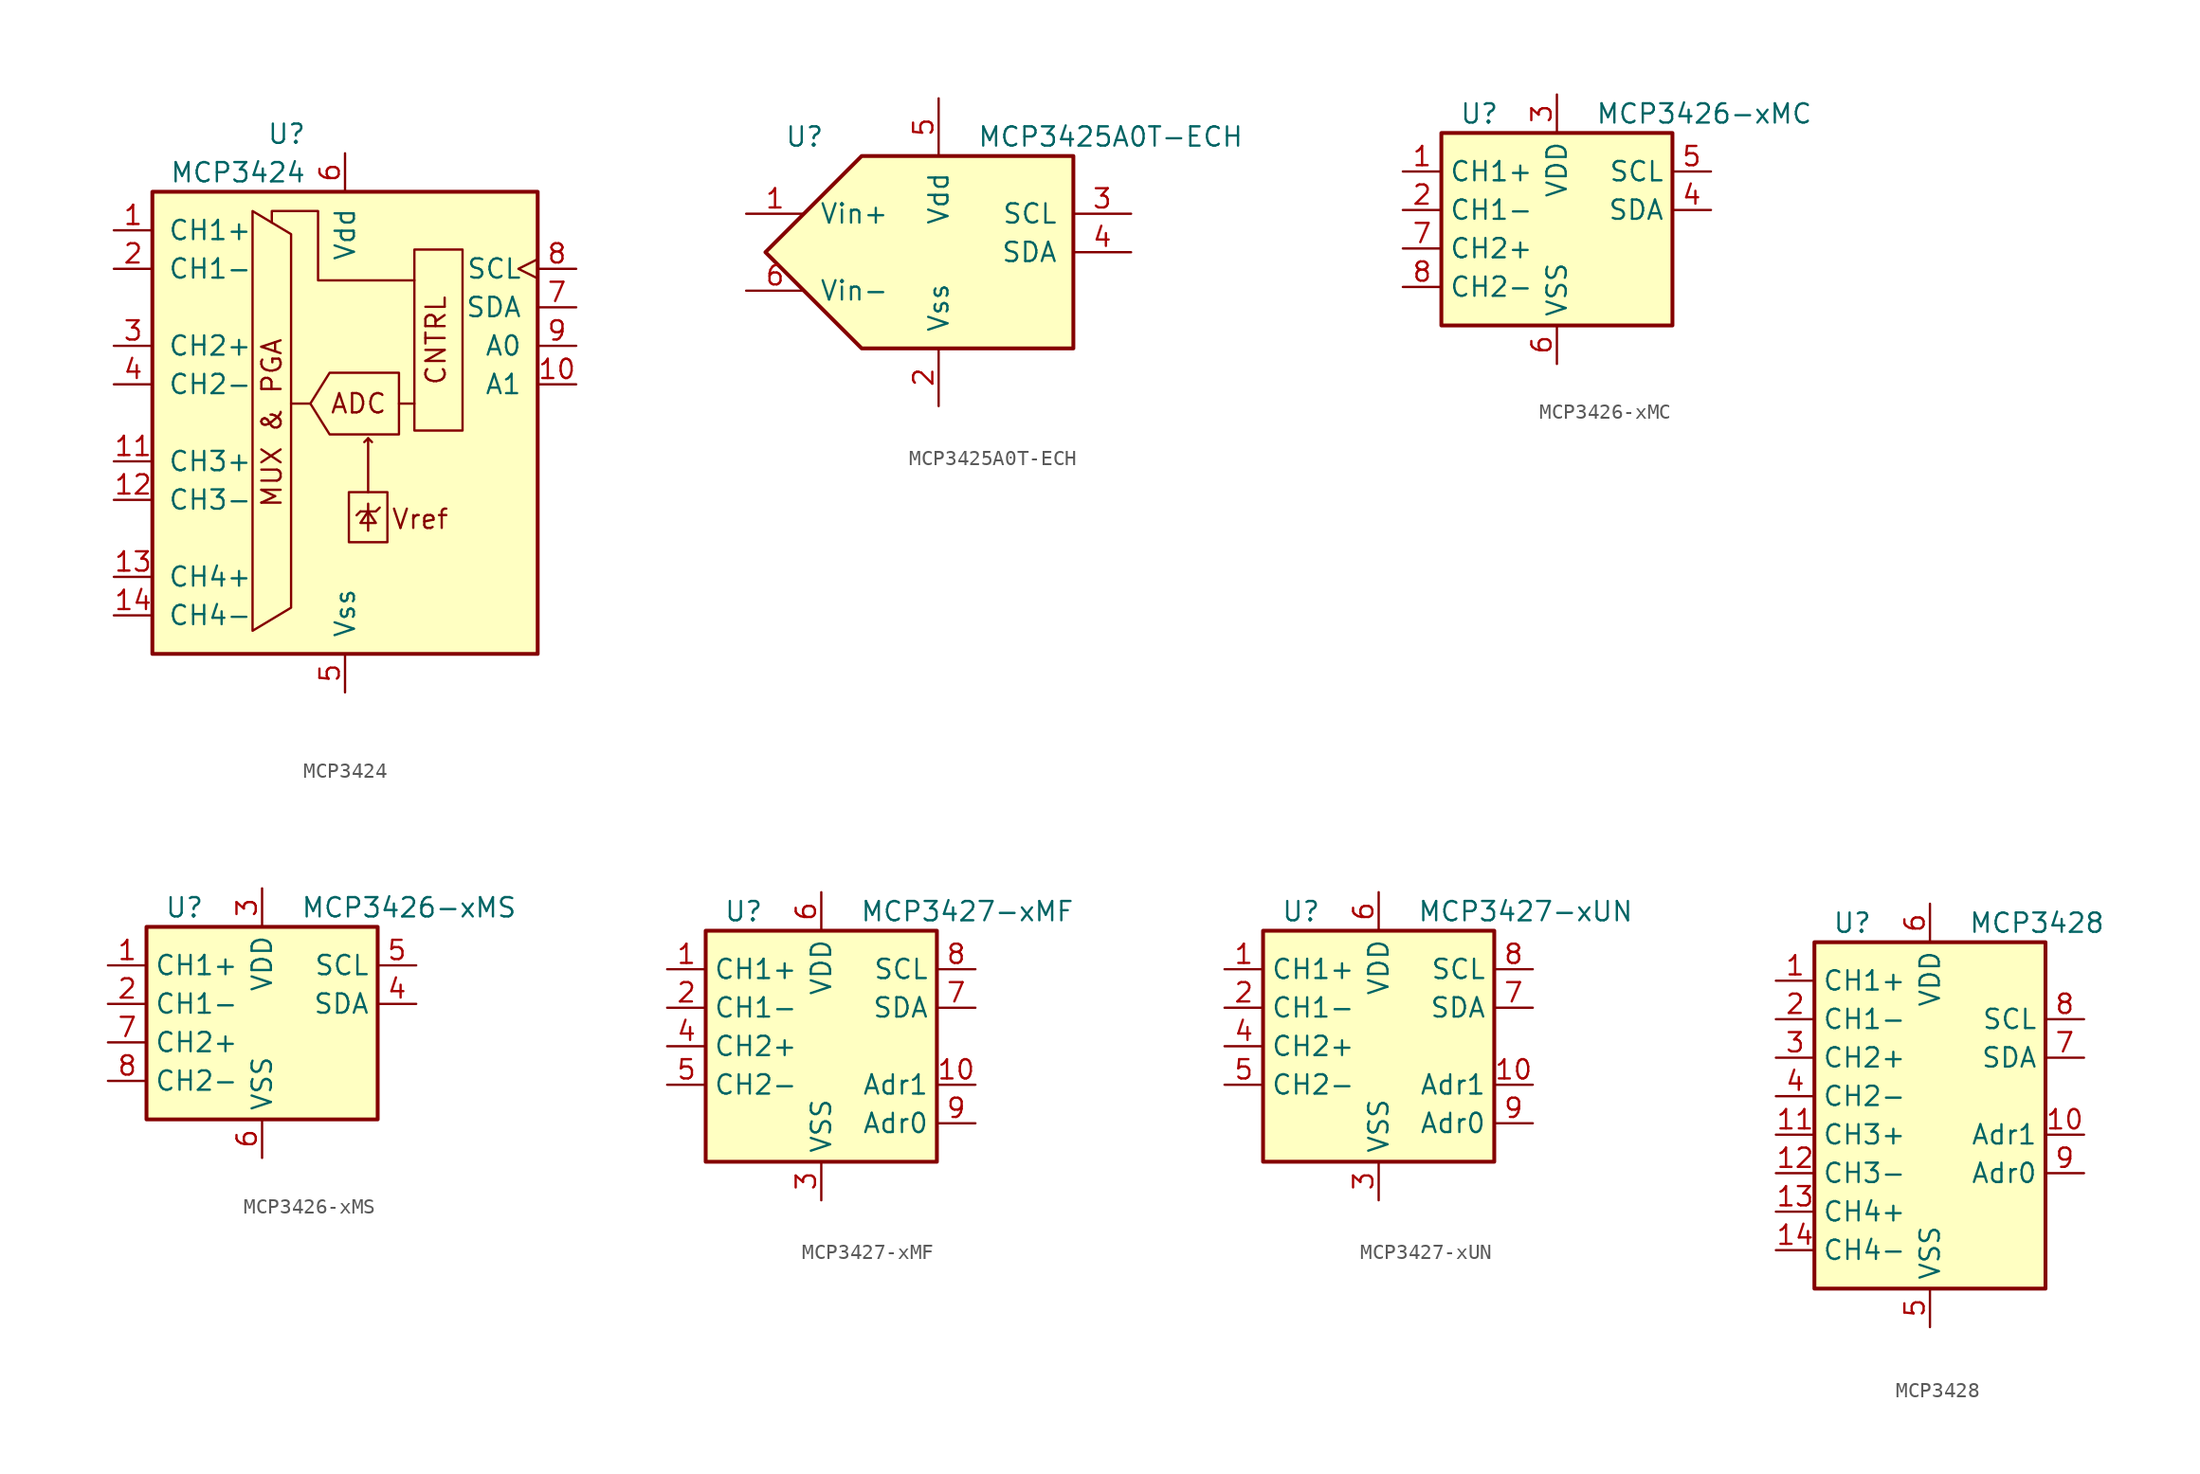
<source format=kicad_sym>
(kicad_symbol_lib
  (version 20201005)
  (generator kicad_symbol_editor)
  (symbol "MCP3424"
    (pin_names
      (offset 1.016))
    (property "Reference" "U"
      (at -2.54 11.43 0)
      (effects (font (size 1.27 1.27)) (justify right)))
    (property "Value" "MCP3424"
      (at -2.54 8.89 0)
      (effects (font (size 1.27 1.27)) (justify right)))
    (symbol "MCP3424_0_0"
      (text "ADC" (at 0.889 -6.35 0) (effects (font (size 1.27 1.27))))
      (text "CNTRL" (at 6.731 -5.207 900) (effects (font (size 1.27 1.27)) (justify left bottom)))
      (text "MUX & PGA" (at -4.826 -7.62 900) (effects (font (size 1.27 1.27))))
      (text "Vref" (at 4.953 -13.97 0) (effects (font (size 1.27 1.27))))
      (polyline (pts (xy -6.096 6.35) (xy -3.556 4.826) (xy -3.556 -19.812) (xy -6.096 -21.336) (xy -6.096 6.35)) (stroke (width 0)) (fill (type none)))
      (polyline (pts (xy 4.572 1.778) (xy -1.778 1.778) (xy -1.778 6.35) (xy -4.826 6.35) (xy -4.826 5.588)) (stroke (width 0)) (fill (type none)))
      (polyline (pts (xy 3.556 -4.318) (xy 3.556 -8.382) (xy -1.016 -8.382) (xy -2.286 -6.35) (xy -1.016 -4.318) (xy 3.556 -4.318)) (stroke (width 0)) (fill (type none))))
    (symbol "MCP3424_0_1"
      (rectangle (start 0.254 -12.192) (end 2.794 -15.494) (stroke (width 0)) (fill (type none)))
      (rectangle (start 4.572 -8.128) (end 7.747 3.81) (stroke (width 0)) (fill (type none)))
      (rectangle (start 12.7 7.62) (end -12.7 -22.86) (stroke (width 0.254)) (fill (type background)))
      (polyline (pts (xy -3.556 -6.35) (xy -2.286 -6.35)) (stroke (width 0)) (fill (type none)))
      (polyline (pts (xy 1.016 -13.462) (xy 0.762 -13.716)) (stroke (width 0)) (fill (type none)))
      (polyline (pts (xy 1.524 -12.954) (xy 1.524 -14.732)) (stroke (width 0)) (fill (type none)))
      (polyline (pts (xy 1.524 -8.636) (xy 1.778 -8.89)) (stroke (width 0)) (fill (type none)))
      (polyline (pts (xy 3.556 -6.35) (xy 4.572 -6.35)) (stroke (width 0)) (fill (type none)))
      (polyline (pts (xy 1.016 -13.462) (xy 2.032 -13.462) (xy 2.286 -13.208)) (stroke (width 0)) (fill (type none)))
      (polyline (pts (xy 1.524 -12.192) (xy 1.524 -8.636) (xy 1.27 -8.89)) (stroke (width 0)) (fill (type none)))
      (polyline (pts (xy 1.524 -13.462) (xy 1.016 -14.224) (xy 2.032 -14.224) (xy 1.524 -13.462)) (stroke (width 0)) (fill (type none))))
    (symbol "MCP3424_1_1"
      (pin input line (at -15.24 5.08 0) (length 2.54) (name "CH1+" (effects (font (size 1.27 1.27)))) (number "1" (effects (font (size 1.27 1.27)))))
      (pin input line (at 15.24 -5.08 180) (length 2.54) (name "A1" (effects (font (size 1.27 1.27)))) (number "10" (effects (font (size 1.27 1.27)))))
      (pin input line (at -15.24 -10.16 0) (length 2.54) (name "CH3+" (effects (font (size 1.27 1.27)))) (number "11" (effects (font (size 1.27 1.27)))))
      (pin input line (at -15.24 -12.7 0) (length 2.54) (name "CH3-" (effects (font (size 1.27 1.27)))) (number "12" (effects (font (size 1.27 1.27)))))
      (pin input line (at -15.24 -17.78 0) (length 2.54) (name "CH4+" (effects (font (size 1.27 1.27)))) (number "13" (effects (font (size 1.27 1.27)))))
      (pin input line (at -15.24 -20.32 0) (length 2.54) (name "CH4-" (effects (font (size 1.27 1.27)))) (number "14" (effects (font (size 1.27 1.27)))))
      (pin input line (at -15.24 2.54 0) (length 2.54) (name "CH1-" (effects (font (size 1.27 1.27)))) (number "2" (effects (font (size 1.27 1.27)))))
      (pin input line (at -15.24 -2.54 0) (length 2.54) (name "CH2+" (effects (font (size 1.27 1.27)))) (number "3" (effects (font (size 1.27 1.27)))))
      (pin input line (at -15.24 -5.08 0) (length 2.54) (name "CH2-" (effects (font (size 1.27 1.27)))) (number "4" (effects (font (size 1.27 1.27)))))
      (pin power_in line (at 0 -25.4 90) (length 2.54) (name "Vss" (effects (font (size 1.27 1.27)))) (number "5" (effects (font (size 1.27 1.27)))))
      (pin power_in line (at 0 10.16 270) (length 2.54) (name "Vdd" (effects (font (size 1.27 1.27)))) (number "6" (effects (font (size 1.27 1.27)))))
      (pin bidirectional line (at 15.24 0 180) (length 2.54) (name "SDA" (effects (font (size 1.27 1.27)))) (number "7" (effects (font (size 1.27 1.27)))))
      (pin input clock (at 15.24 2.54 180) (length 2.54) (name "SCL" (effects (font (size 1.27 1.27)))) (number "8" (effects (font (size 1.27 1.27)))))
      (pin input line (at 15.24 -2.54 180) (length 2.54) (name "A0" (effects (font (size 1.27 1.27)))) (number "9" (effects (font (size 1.27 1.27)))))))
  (symbol "MCP3425A0T-ECH"
    (pin_names
      (offset 1.016))
    (property "Reference" "U"
      (at -10.16 7.62 0)
      (effects (font (size 1.27 1.27)) (justify left)))
    (property "Value" "MCP3425A0T-ECH"
      (at 2.54 7.62 0)
      (effects (font (size 1.27 1.27)) (justify left)))
    (symbol "MCP3425A0T-ECH_0_1"
      (polyline (pts (xy -5.08 6.35) (xy 8.89 6.35) (xy 8.89 0) (xy 8.89 -6.35) (xy -5.08 -6.35) (xy -11.43 0) (xy -5.08 6.35)) (stroke (width 0.254)) (fill (type background))))
    (symbol "MCP3425A0T-ECH_1_1"
      (pin passive line (at -12.7 2.54 0) (length 3.81) (name "Vin+" (effects (font (size 1.27 1.27)))) (number "1" (effects (font (size 1.27 1.27)))))
      (pin power_in line (at 0 -10.16 90) (length 3.81) (name "Vss" (effects (font (size 1.27 1.27)))) (number "2" (effects (font (size 1.27 1.27)))))
      (pin input line (at 12.7 2.54 180) (length 3.81) (name "SCL" (effects (font (size 1.27 1.27)))) (number "3" (effects (font (size 1.27 1.27)))))
      (pin bidirectional line (at 12.7 0 180) (length 3.81) (name "SDA" (effects (font (size 1.27 1.27)))) (number "4" (effects (font (size 1.27 1.27)))))
      (pin power_in line (at 0 10.16 270) (length 3.81) (name "Vdd" (effects (font (size 1.27 1.27)))) (number "5" (effects (font (size 1.27 1.27)))))
      (pin passive line (at -12.7 -2.54 0) (length 3.81) (name "Vin-" (effects (font (size 1.27 1.27)))) (number "6" (effects (font (size 1.27 1.27)))))))
  (symbol "MCP3426-xMC"
    (property "Reference" "U"
      (at -3.81 8.89 0)
      (effects (font (size 1.27 1.27)) (justify right)))
    (property "Value" "MCP3426-xMC"
      (at 2.54 8.89 0)
      (effects (font (size 1.27 1.27)) (justify left)))
    (symbol "MCP3426-xMC_0_1"
      (rectangle (start -7.62 7.62) (end 7.62 -5.08) (stroke (width 0.254)) (fill (type background))))
    (symbol "MCP3426-xMC_1_1"
      (pin input line (at -10.16 5.08 0) (length 2.54) (name "CH1+" (effects (font (size 1.27 1.27)))) (number "1" (effects (font (size 1.27 1.27)))))
      (pin input line (at -10.16 2.54 0) (length 2.54) (name "CH1-" (effects (font (size 1.27 1.27)))) (number "2" (effects (font (size 1.27 1.27)))))
      (pin power_in line (at 0 10.16 270) (length 2.54) (name "VDD" (effects (font (size 1.27 1.27)))) (number "3" (effects (font (size 1.27 1.27)))))
      (pin bidirectional line (at 10.16 2.54 180) (length 2.54) (name "SDA" (effects (font (size 1.27 1.27)))) (number "4" (effects (font (size 1.27 1.27)))))
      (pin input line (at 10.16 5.08 180) (length 2.54) (name "SCL" (effects (font (size 1.27 1.27)))) (number "5" (effects (font (size 1.27 1.27)))))
      (pin power_in line (at 0 -7.62 90) (length 2.54) (name "VSS" (effects (font (size 1.27 1.27)))) (number "6" (effects (font (size 1.27 1.27)))))
      (pin input line (at -10.16 0 0) (length 2.54) (name "CH2+" (effects (font (size 1.27 1.27)))) (number "7" (effects (font (size 1.27 1.27)))))
      (pin input line (at -10.16 -2.54 0) (length 2.54) (name "CH2-" (effects (font (size 1.27 1.27)))) (number "8" (effects (font (size 1.27 1.27)))))
      (pin passive line (at 0 -7.62 90) (length 2.54) hide (name "VSS" (effects (font (size 1.27 1.27)))) (number "9" (effects (font (size 1.27 1.27)))))))
  (symbol "MCP3426-xMS"
    (property "Reference" "U"
      (at -3.81 8.89 0)
      (effects (font (size 1.27 1.27)) (justify right)))
    (property "Value" "MCP3426-xMS"
      (at 2.54 8.89 0)
      (effects (font (size 1.27 1.27)) (justify left)))
    (symbol "MCP3426-xMS_0_1"
      (rectangle (start -7.62 7.62) (end 7.62 -5.08) (stroke (width 0.254)) (fill (type background))))
    (symbol "MCP3426-xMS_1_1"
      (pin input line (at -10.16 5.08 0) (length 2.54) (name "CH1+" (effects (font (size 1.27 1.27)))) (number "1" (effects (font (size 1.27 1.27)))))
      (pin input line (at -10.16 2.54 0) (length 2.54) (name "CH1-" (effects (font (size 1.27 1.27)))) (number "2" (effects (font (size 1.27 1.27)))))
      (pin power_in line (at 0 10.16 270) (length 2.54) (name "VDD" (effects (font (size 1.27 1.27)))) (number "3" (effects (font (size 1.27 1.27)))))
      (pin bidirectional line (at 10.16 2.54 180) (length 2.54) (name "SDA" (effects (font (size 1.27 1.27)))) (number "4" (effects (font (size 1.27 1.27)))))
      (pin input line (at 10.16 5.08 180) (length 2.54) (name "SCL" (effects (font (size 1.27 1.27)))) (number "5" (effects (font (size 1.27 1.27)))))
      (pin power_in line (at 0 -7.62 90) (length 2.54) (name "VSS" (effects (font (size 1.27 1.27)))) (number "6" (effects (font (size 1.27 1.27)))))
      (pin input line (at -10.16 0 0) (length 2.54) (name "CH2+" (effects (font (size 1.27 1.27)))) (number "7" (effects (font (size 1.27 1.27)))))
      (pin input line (at -10.16 -2.54 0) (length 2.54) (name "CH2-" (effects (font (size 1.27 1.27)))) (number "8" (effects (font (size 1.27 1.27)))))))
  (symbol "MCP3427-xMF"
    (property "Reference" "U"
      (at -3.81 8.89 0)
      (effects (font (size 1.27 1.27)) (justify right)))
    (property "Value" "MCP3427-xMF"
      (at 2.54 8.89 0)
      (effects (font (size 1.27 1.27)) (justify left)))
    (symbol "MCP3427-xMF_0_1"
      (rectangle (start -7.62 7.62) (end 7.62 -7.62) (stroke (width 0.254)) (fill (type background))))
    (symbol "MCP3427-xMF_1_1"
      (pin input line (at -10.16 5.08 0) (length 2.54) (name "CH1+" (effects (font (size 1.27 1.27)))) (number "1" (effects (font (size 1.27 1.27)))))
      (pin input line (at 10.16 -2.54 180) (length 2.54) (name "Adr1" (effects (font (size 1.27 1.27)))) (number "10" (effects (font (size 1.27 1.27)))))
      (pin passive line (at 0 -10.16 90) (length 2.54) hide (name "VSS" (effects (font (size 1.27 1.27)))) (number "11" (effects (font (size 1.27 1.27)))))
      (pin input line (at -10.16 2.54 0) (length 2.54) (name "CH1-" (effects (font (size 1.27 1.27)))) (number "2" (effects (font (size 1.27 1.27)))))
      (pin power_in line (at 0 -10.16 90) (length 2.54) (name "VSS" (effects (font (size 1.27 1.27)))) (number "3" (effects (font (size 1.27 1.27)))))
      (pin input line (at -10.16 0 0) (length 2.54) (name "CH2+" (effects (font (size 1.27 1.27)))) (number "4" (effects (font (size 1.27 1.27)))))
      (pin input line (at -10.16 -2.54 0) (length 2.54) (name "CH2-" (effects (font (size 1.27 1.27)))) (number "5" (effects (font (size 1.27 1.27)))))
      (pin power_in line (at 0 10.16 270) (length 2.54) (name "VDD" (effects (font (size 1.27 1.27)))) (number "6" (effects (font (size 1.27 1.27)))))
      (pin bidirectional line (at 10.16 2.54 180) (length 2.54) (name "SDA" (effects (font (size 1.27 1.27)))) (number "7" (effects (font (size 1.27 1.27)))))
      (pin input line (at 10.16 5.08 180) (length 2.54) (name "SCL" (effects (font (size 1.27 1.27)))) (number "8" (effects (font (size 1.27 1.27)))))
      (pin input line (at 10.16 -5.08 180) (length 2.54) (name "Adr0" (effects (font (size 1.27 1.27)))) (number "9" (effects (font (size 1.27 1.27)))))))
  (symbol "MCP3427-xUN"
    (property "Reference" "U"
      (at -3.81 8.89 0)
      (effects (font (size 1.27 1.27)) (justify right)))
    (property "Value" "MCP3427-xUN"
      (at 2.54 8.89 0)
      (effects (font (size 1.27 1.27)) (justify left)))
    (symbol "MCP3427-xUN_0_1"
      (rectangle (start -7.62 7.62) (end 7.62 -7.62) (stroke (width 0.254)) (fill (type background))))
    (symbol "MCP3427-xUN_1_1"
      (pin input line (at -10.16 5.08 0) (length 2.54) (name "CH1+" (effects (font (size 1.27 1.27)))) (number "1" (effects (font (size 1.27 1.27)))))
      (pin input line (at 10.16 -2.54 180) (length 2.54) (name "Adr1" (effects (font (size 1.27 1.27)))) (number "10" (effects (font (size 1.27 1.27)))))
      (pin input line (at -10.16 2.54 0) (length 2.54) (name "CH1-" (effects (font (size 1.27 1.27)))) (number "2" (effects (font (size 1.27 1.27)))))
      (pin power_in line (at 0 -10.16 90) (length 2.54) (name "VSS" (effects (font (size 1.27 1.27)))) (number "3" (effects (font (size 1.27 1.27)))))
      (pin input line (at -10.16 0 0) (length 2.54) (name "CH2+" (effects (font (size 1.27 1.27)))) (number "4" (effects (font (size 1.27 1.27)))))
      (pin input line (at -10.16 -2.54 0) (length 2.54) (name "CH2-" (effects (font (size 1.27 1.27)))) (number "5" (effects (font (size 1.27 1.27)))))
      (pin power_in line (at 0 10.16 270) (length 2.54) (name "VDD" (effects (font (size 1.27 1.27)))) (number "6" (effects (font (size 1.27 1.27)))))
      (pin bidirectional line (at 10.16 2.54 180) (length 2.54) (name "SDA" (effects (font (size 1.27 1.27)))) (number "7" (effects (font (size 1.27 1.27)))))
      (pin input line (at 10.16 5.08 180) (length 2.54) (name "SCL" (effects (font (size 1.27 1.27)))) (number "8" (effects (font (size 1.27 1.27)))))
      (pin input line (at 10.16 -5.08 180) (length 2.54) (name "Adr0" (effects (font (size 1.27 1.27)))) (number "9" (effects (font (size 1.27 1.27)))))))
  (symbol "MCP3428"
    (property "Reference" "U"
      (at -3.81 11.43 0)
      (effects (font (size 1.27 1.27)) (justify right)))
    (property "Value" "MCP3428"
      (at 2.54 11.43 0)
      (effects (font (size 1.27 1.27)) (justify left)))
    (symbol "MCP3428_0_1"
      (rectangle (start -7.62 10.16) (end 7.62 -12.7) (stroke (width 0.254)) (fill (type background))))
    (symbol "MCP3428_1_1"
      (pin input line (at -10.16 7.62 0) (length 2.54) (name "CH1+" (effects (font (size 1.27 1.27)))) (number "1" (effects (font (size 1.27 1.27)))))
      (pin input line (at 10.16 -2.54 180) (length 2.54) (name "Adr1" (effects (font (size 1.27 1.27)))) (number "10" (effects (font (size 1.27 1.27)))))
      (pin input line (at -10.16 -2.54 0) (length 2.54) (name "CH3+" (effects (font (size 1.27 1.27)))) (number "11" (effects (font (size 1.27 1.27)))))
      (pin input line (at -10.16 -5.08 0) (length 2.54) (name "CH3-" (effects (font (size 1.27 1.27)))) (number "12" (effects (font (size 1.27 1.27)))))
      (pin input line (at -10.16 -7.62 0) (length 2.54) (name "CH4+" (effects (font (size 1.27 1.27)))) (number "13" (effects (font (size 1.27 1.27)))))
      (pin input line (at -10.16 -10.16 0) (length 2.54) (name "CH4-" (effects (font (size 1.27 1.27)))) (number "14" (effects (font (size 1.27 1.27)))))
      (pin input line (at -10.16 5.08 0) (length 2.54) (name "CH1-" (effects (font (size 1.27 1.27)))) (number "2" (effects (font (size 1.27 1.27)))))
      (pin input line (at -10.16 2.54 0) (length 2.54) (name "CH2+" (effects (font (size 1.27 1.27)))) (number "3" (effects (font (size 1.27 1.27)))))
      (pin input line (at -10.16 0 0) (length 2.54) (name "CH2-" (effects (font (size 1.27 1.27)))) (number "4" (effects (font (size 1.27 1.27)))))
      (pin power_in line (at 0 -15.24 90) (length 2.54) (name "VSS" (effects (font (size 1.27 1.27)))) (number "5" (effects (font (size 1.27 1.27)))))
      (pin power_in line (at 0 12.7 270) (length 2.54) (name "VDD" (effects (font (size 1.27 1.27)))) (number "6" (effects (font (size 1.27 1.27)))))
      (pin bidirectional line (at 10.16 2.54 180) (length 2.54) (name "SDA" (effects (font (size 1.27 1.27)))) (number "7" (effects (font (size 1.27 1.27)))))
      (pin input line (at 10.16 5.08 180) (length 2.54) (name "SCL" (effects (font (size 1.27 1.27)))) (number "8" (effects (font (size 1.27 1.27)))))
      (pin input line (at 10.16 -5.08 180) (length 2.54) (name "Adr0" (effects (font (size 1.27 1.27)))) (number "9" (effects (font (size 1.27 1.27))))))))
</source>
